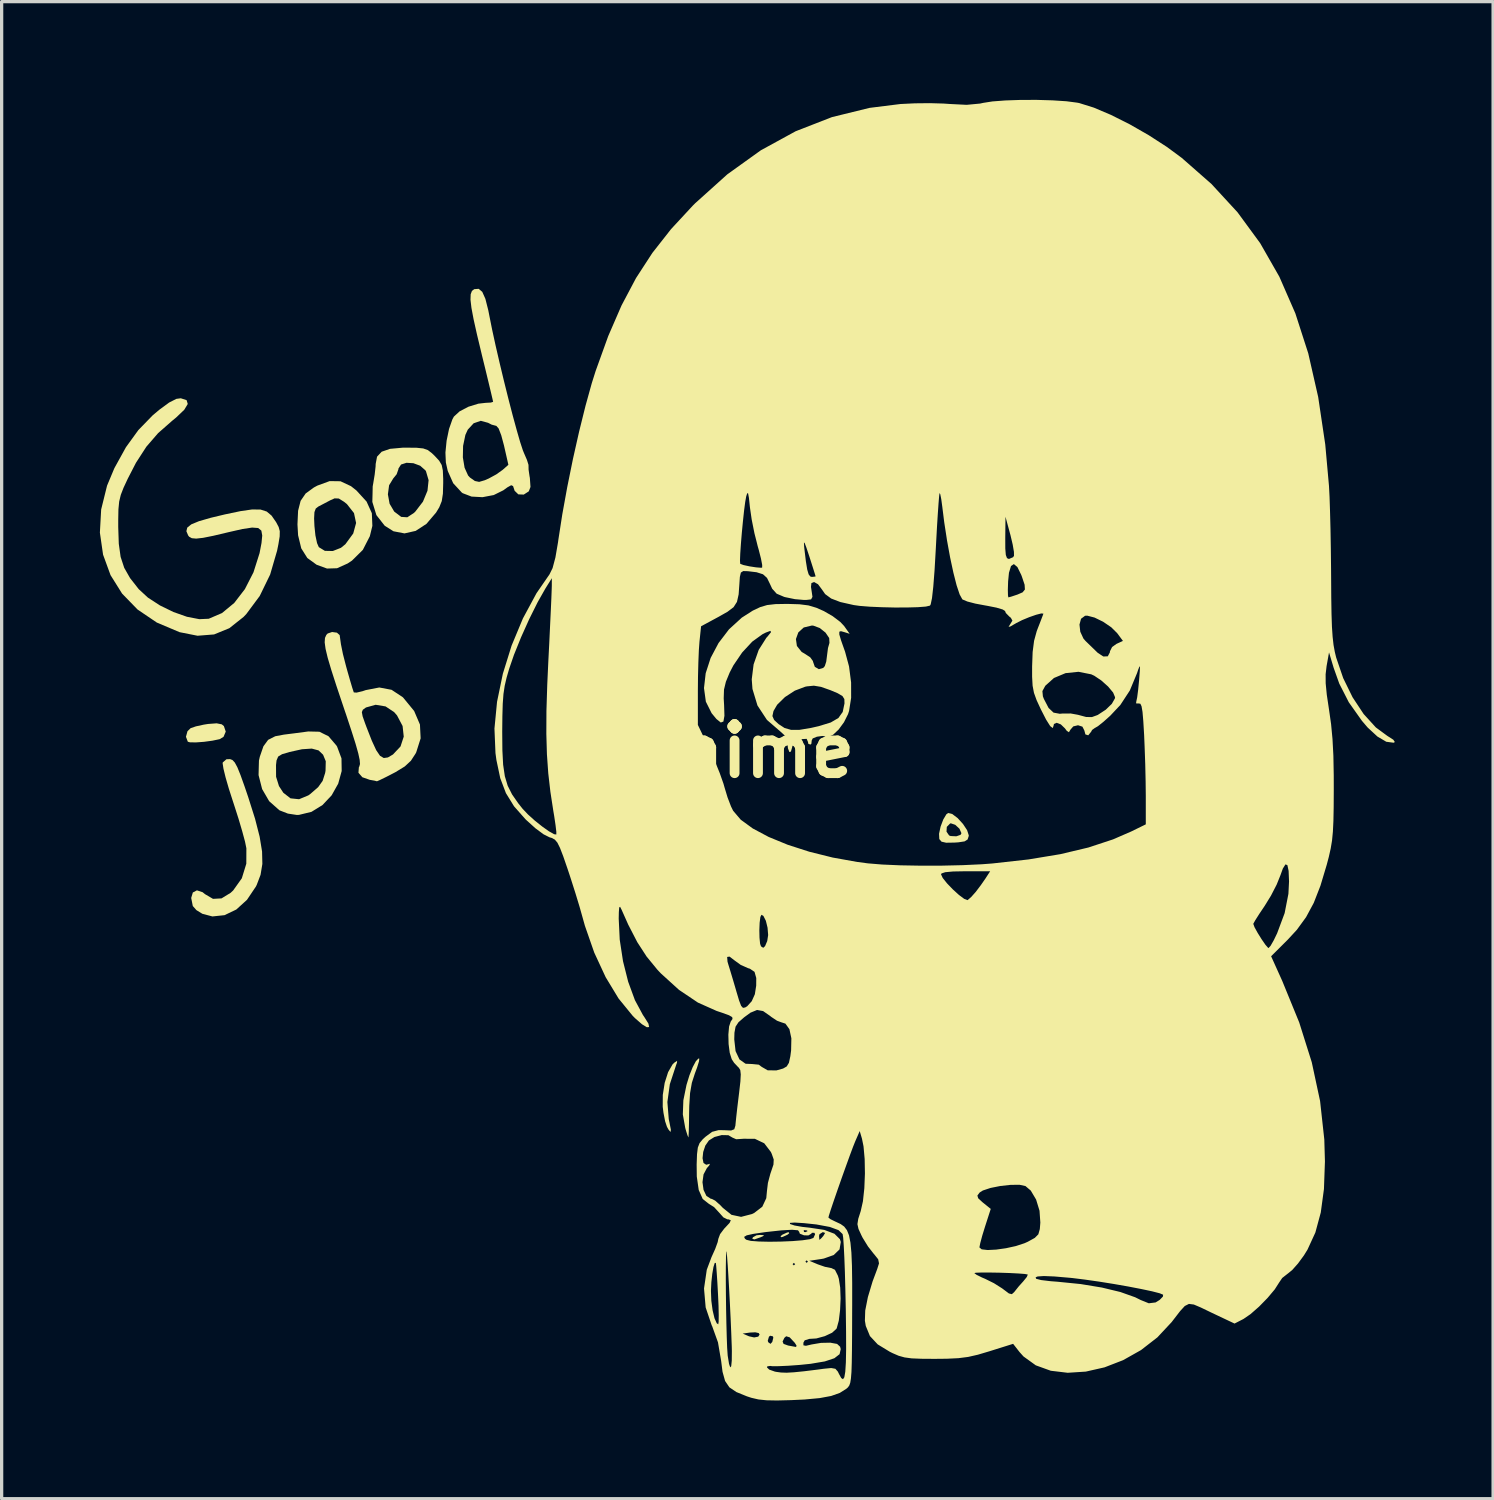
<source format=kicad_pcb>
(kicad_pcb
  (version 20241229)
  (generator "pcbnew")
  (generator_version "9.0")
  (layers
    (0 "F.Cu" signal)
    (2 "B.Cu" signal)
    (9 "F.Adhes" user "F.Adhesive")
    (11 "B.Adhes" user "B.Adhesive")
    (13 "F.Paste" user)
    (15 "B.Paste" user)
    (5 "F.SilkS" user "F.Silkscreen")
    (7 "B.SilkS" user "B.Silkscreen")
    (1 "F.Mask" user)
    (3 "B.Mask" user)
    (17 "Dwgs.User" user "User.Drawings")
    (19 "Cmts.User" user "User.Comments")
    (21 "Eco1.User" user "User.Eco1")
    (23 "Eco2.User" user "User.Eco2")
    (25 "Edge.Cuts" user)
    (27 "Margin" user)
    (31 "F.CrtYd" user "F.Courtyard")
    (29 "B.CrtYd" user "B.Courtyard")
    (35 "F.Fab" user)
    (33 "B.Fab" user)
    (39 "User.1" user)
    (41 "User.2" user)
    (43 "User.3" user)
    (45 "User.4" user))
  (footprint "anime"
    (layer "F.Cu")
    (at 19.666 19.88)
    (property "Reference" "anime" (at 0 0 0) (layer "F.SilkS") (effects (font (size 1.5 1.5) (thickness 0.3))))
    (attr board_only exclude_from_pos_files exclude_from_bom)
    (fp_poly (pts (xy 0.613 14.786) (xy 0.581 14.817) (xy 0.508 14.849) (xy 0.318 14.916) (xy 0.255 14.895) (xy 0.274 14.849) (xy 0.382 14.789) (xy 0.493 14.777)) (stroke (width 0) (type solid)) (fill yes) (layer "F.SilkS"))
    (fp_poly (pts (xy 1.382 14.728) (xy 1.329 14.771) (xy 1.186 14.837) (xy 1.133 14.847) (xy 1.119 14.815) (xy 1.172 14.771) (xy 1.315 14.705) (xy 1.368 14.695)) (stroke (width 0) (type solid)) (fill yes) (layer "F.SilkS"))
    (fp_poly (pts (xy -15.945 -0.813) (xy -15.88 -0.76) (xy -15.823 -0.591) (xy -15.89 -0.432) (xy -16.009 -0.36) (xy -16.229 -0.314) (xy -16.487 -0.279) (xy -16.734 -0.261) (xy -16.917 -0.264) (xy -16.981 -0.282) (xy -17.038 -0.433) (xy -16.991 -0.603) (xy -16.895 -0.696) (xy -16.734 -0.751) (xy -16.491 -0.804) (xy -16.364 -0.824) (xy -16.101 -0.844)) (stroke (width 0) (type solid)) (fill yes) (layer "F.SilkS"))
    (fp_poly (pts (xy -2.045 9.52) (xy -2.066 9.574) (xy -2.263 10.175) (xy -2.338 10.719) (xy -2.296 11.243) (xy -2.273 11.352) (xy -2.231 11.567) (xy -2.242 11.635) (xy -2.305 11.559) (xy -2.35 11.478) (xy -2.407 11.308) (xy -2.457 11.05) (xy -2.48 10.864) (xy -2.478 10.502) (xy -2.42 10.134) (xy -2.316 9.808) (xy -2.181 9.572) (xy -2.13 9.521) (xy -2.041 9.461)) (stroke (width 0) (type solid)) (fill yes) (layer "F.SilkS"))
    (fp_poly (pts (xy -1.363 9.396) (xy -1.373 9.479) (xy -1.43 9.663) (xy -1.5 9.852) (xy -1.591 10.134) (xy -1.645 10.445) (xy -1.67 10.837) (xy -1.674 11.039) (xy -1.678 11.363) (xy -1.684 11.618) (xy -1.692 11.772) (xy -1.696 11.801) (xy -1.725 11.734) (xy -1.777 11.568) (xy -1.793 11.508) (xy -1.866 11.098) (xy -1.85 10.667) (xy -1.754 10.196) (xy -1.665 9.906) (xy -1.564 9.653) (xy -1.466 9.47) (xy -1.388 9.39)) (stroke (width 0) (type solid)) (fill yes) (layer "F.SilkS"))
    (fp_poly (pts (xy 6.36 1.925) (xy 6.525 2.05) (xy 6.688 2.229) (xy 6.814 2.419) (xy 6.865 2.578) (xy 6.864 2.597) (xy 6.829 2.703) (xy 6.737 2.761) (xy 6.548 2.79) (xy 6.427 2.798) (xy 6.173 2.802) (xy 6.033 2.77) (xy 5.967 2.693) (xy 5.965 2.688) (xy 5.957 2.53) (xy 5.971 2.465) (xy 6.185 2.465) (xy 6.264 2.579) (xy 6.311 2.598) (xy 6.486 2.606) (xy 6.614 2.561) (xy 6.641 2.512) (xy 6.58 2.374) (xy 6.451 2.255) (xy 6.319 2.21) (xy 6.295 2.215) (xy 6.194 2.318) (xy 6.185 2.465) (xy 5.971 2.465) (xy 6.004 2.311) (xy 6.086 2.093) (xy 6.181 1.934) (xy 6.234 1.894)) (stroke (width 0) (type solid)) (fill yes) (layer "F.SilkS"))
    (fp_poly (pts (xy -15.618 0.277) (xy -15.547 0.353) (xy -15.468 0.499) (xy -15.372 0.736) (xy -15.247 1.086) (xy -15.138 1.407) (xy -14.928 2.07) (xy -14.788 2.617) (xy -14.714 3.07) (xy -14.705 3.45) (xy -14.76 3.782) (xy -14.876 4.087) (xy -14.901 4.138) (xy -15.175 4.546) (xy -15.501 4.842) (xy -15.86 5.014) (xy -16.23 5.053) (xy -16.537 4.972) (xy -16.719 4.86) (xy -16.828 4.736) (xy -16.83 4.731) (xy -16.878 4.488) (xy -16.828 4.322) (xy -16.703 4.256) (xy -16.53 4.313) (xy -16.454 4.374) (xy -16.212 4.516) (xy -15.952 4.502) (xy -15.676 4.333) (xy -15.597 4.26) (xy -15.332 3.888) (xy -15.195 3.443) (xy -15.193 2.971) (xy -15.235 2.767) (xy -15.319 2.455) (xy -15.432 2.072) (xy -15.565 1.657) (xy -15.601 1.547) (xy -15.727 1.156) (xy -15.827 0.811) (xy -15.893 0.541) (xy -15.918 0.378) (xy -15.914 0.35) (xy -15.803 0.254) (xy -15.692 0.249)) (stroke (width 0) (type solid)) (fill yes) (layer "F.SilkS"))
    (fp_poly (pts (xy -12.319 -8.235) (xy -11.999 -8.085) (xy -11.835 -7.956) (xy -11.523 -7.615) (xy -11.362 -7.26) (xy -11.346 -6.873) (xy -11.423 -6.557) (xy -11.637 -6.14) (xy -11.969 -5.812) (xy -12.1 -5.725) (xy -12.425 -5.579) (xy -12.731 -5.57) (xy -13.049 -5.686) (xy -13.332 -5.892) (xy -13.517 -6.186) (xy -13.614 -6.585) (xy -13.633 -6.917) (xy -13.625 -7.099) (xy -13.125 -7.099) (xy -13.115 -6.868) (xy -13.085 -6.581) (xy -13.035 -6.346) (xy -12.981 -6.223) (xy -12.796 -6.11) (xy -12.554 -6.105) (xy -12.305 -6.203) (xy -12.17 -6.313) (xy -11.93 -6.641) (xy -11.843 -6.961) (xy -11.907 -7.263) (xy -12.123 -7.538) (xy -12.209 -7.607) (xy -12.371 -7.708) (xy -12.499 -7.713) (xy -12.633 -7.653) (xy -12.84 -7.544) (xy -12.994 -7.464) (xy -13.075 -7.401) (xy -13.115 -7.292) (xy -13.125 -7.099) (xy -13.625 -7.099) (xy -13.614 -7.335) (xy -13.537 -7.637) (xy -13.383 -7.862) (xy -13.133 -8.044) (xy -13.024 -8.103) (xy -12.65 -8.24)) (stroke (width 0) (type solid)) (fill yes) (layer "F.SilkS"))
    (fp_poly (pts (xy -12.964 -0.587) (xy -12.685 -0.449) (xy -12.445 -0.168) (xy -12.423 -0.133) (xy -12.289 0.226) (xy -12.283 0.613) (xy -12.389 0.998) (xy -12.589 1.354) (xy -12.867 1.65) (xy -13.205 1.859) (xy -13.587 1.952) (xy -13.654 1.954) (xy -13.924 1.913) (xy -14.176 1.815) (xy -14.188 1.808) (xy -14.497 1.534) (xy -14.712 1.164) (xy -14.821 0.737) (xy -14.813 0.431) (xy -14.288 0.431) (xy -14.286 0.789) (xy -14.198 1.072) (xy -14.064 1.277) (xy -13.845 1.447) (xy -13.584 1.474) (xy -13.3 1.356) (xy -13.238 1.311) (xy -13.001 1.105) (xy -12.864 0.912) (xy -12.788 0.672) (xy -12.776 0.603) (xy -12.769 0.314) (xy -12.851 0.115) (xy -12.989 -0.017) (xy -13.196 -0.072) (xy -13.496 -0.052) (xy -13.872 0.031) (xy -14.103 0.099) (xy -14.222 0.171) (xy -14.272 0.289) (xy -14.288 0.431) (xy -14.813 0.431) (xy -14.809 0.294) (xy -14.783 0.177) (xy -14.673 -0.142) (xy -14.529 -0.339) (xy -14.312 -0.449) (xy -14.045 -0.499) (xy -13.727 -0.539) (xy -13.409 -0.581) (xy -13.305 -0.595)) (stroke (width 0) (type solid)) (fill yes) (layer "F.SilkS"))
    (fp_poly (pts (xy -9.997 -9.258) (xy -9.793 -9.237) (xy -9.652 -9.187) (xy -9.528 -9.092) (xy -9.439 -9.006) (xy -9.306 -8.862) (xy -9.229 -8.731) (xy -9.194 -8.563) (xy -9.183 -8.306) (xy -9.183 -8.179) (xy -9.192 -7.856) (xy -9.227 -7.63) (xy -9.303 -7.44) (xy -9.401 -7.279) (xy -9.695 -6.934) (xy -10.023 -6.72) (xy -10.365 -6.643) (xy -10.702 -6.708) (xy -10.969 -6.877) (xy -11.223 -7.201) (xy -11.347 -7.604) (xy -11.341 -7.835) (xy -10.872 -7.835) (xy -10.82 -7.549) (xy -10.681 -7.313) (xy -10.672 -7.304) (xy -10.465 -7.147) (xy -10.279 -7.135) (xy -10.077 -7.268) (xy -10.035 -7.308) (xy -9.801 -7.613) (xy -9.663 -7.946) (xy -9.629 -8.268) (xy -9.709 -8.541) (xy -9.727 -8.569) (xy -9.886 -8.709) (xy -10.093 -8.786) (xy -10.303 -8.799) (xy -10.47 -8.746) (xy -10.549 -8.625) (xy -10.551 -8.601) (xy -10.605 -8.448) (xy -10.707 -8.323) (xy -10.835 -8.113) (xy -10.872 -7.835) (xy -11.341 -7.835) (xy -11.336 -8.078) (xy -11.32 -8.167) (xy -11.275 -8.441) (xy -11.248 -8.684) (xy -11.245 -8.764) (xy -11.203 -8.986) (xy -11.062 -9.137) (xy -10.807 -9.225) (xy -10.422 -9.26) (xy -10.31 -9.261)) (stroke (width 0) (type solid)) (fill yes) (layer "F.SilkS"))
    (fp_poly (pts (xy -12.428 -3.612) (xy -12.345 -3.538) (xy -12.343 -3.528) (xy -12.305 -3.255) (xy -12.245 -2.96) (xy -12.15 -2.59) (xy -12.111 -2.449) (xy -12.028 -2.159) (xy -11.96 -1.929) (xy -11.917 -1.8) (xy -11.911 -1.787) (xy -11.827 -1.782) (xy -11.649 -1.824) (xy -11.548 -1.858) (xy -11.134 -1.938) (xy -10.759 -1.867) (xy -10.423 -1.645) (xy -10.402 -1.625) (xy -10.07 -1.22) (xy -9.893 -0.806) (xy -9.872 -0.385) (xy -10.007 0.042) (xy -10.028 0.082) (xy -10.17 0.3) (xy -10.358 0.474) (xy -10.639 0.646) (xy -10.704 0.68) (xy -10.947 0.805) (xy -11.126 0.892) (xy -11.206 0.926) (xy -11.207 0.926) (xy -11.28 0.907) (xy -11.424 0.882) (xy -11.653 0.802) (xy -11.771 0.665) (xy -11.758 0.497) (xy -11.744 0.473) (xy -11.724 0.399) (xy -11.734 0.271) (xy -11.777 0.071) (xy -11.858 -0.217) (xy -11.983 -0.611) (xy -12.154 -1.128) (xy -12.174 -1.185) (xy -11.667 -1.185) (xy -11.644 -1.059) (xy -11.567 -0.84) (xy -11.529 -0.738) (xy -11.363 -0.314) (xy -11.229 -0.024) (xy -11.113 0.147) (xy -10.998 0.216) (xy -10.871 0.198) (xy -10.716 0.107) (xy -10.486 -0.138) (xy -10.388 -0.437) (xy -10.423 -0.762) (xy -10.592 -1.083) (xy -10.681 -1.186) (xy -10.943 -1.36) (xy -11.246 -1.41) (xy -11.537 -1.329) (xy -11.562 -1.314) (xy -11.638 -1.257) (xy -11.667 -1.185) (xy -12.174 -1.185) (xy -12.237 -1.372) (xy -12.443 -1.986) (xy -12.599 -2.47) (xy -12.709 -2.841) (xy -12.775 -3.117) (xy -12.802 -3.315) (xy -12.793 -3.451) (xy -12.752 -3.543) (xy -12.71 -3.587) (xy -12.576 -3.632)) (stroke (width 0) (type solid)) (fill yes) (layer "F.SilkS"))
    (fp_poly (pts (xy -17.018 -10.711) (xy -16.983 -10.595) (xy -17.089 -10.419) (xy -17.338 -10.181) (xy -17.459 -10.082) (xy -17.889 -9.704) (xy -18.246 -9.291) (xy -18.564 -8.8) (xy -18.814 -8.315) (xy -18.944 -8.036) (xy -19.028 -7.819) (xy -19.077 -7.615) (xy -19.1 -7.377) (xy -19.106 -7.055) (xy -19.106 -6.838) (xy -19.089 -6.327) (xy -19.033 -5.926) (xy -18.923 -5.592) (xy -18.745 -5.279) (xy -18.484 -4.946) (xy -18.479 -4.94) (xy -18.198 -4.681) (xy -17.831 -4.443) (xy -17.421 -4.243) (xy -17.007 -4.097) (xy -16.629 -4.024) (xy -16.342 -4.037) (xy -15.937 -4.211) (xy -15.564 -4.519) (xy -15.239 -4.941) (xy -14.976 -5.455) (xy -14.79 -6.041) (xy -14.731 -6.351) (xy -14.709 -6.578) (xy -14.736 -6.728) (xy -14.832 -6.807) (xy -15.017 -6.821) (xy -15.312 -6.777) (xy -15.734 -6.681) (xy -15.759 -6.675) (xy -16.199 -6.571) (xy -16.513 -6.508) (xy -16.725 -6.484) (xy -16.859 -6.496) (xy -16.941 -6.542) (xy -16.971 -6.581) (xy -17.025 -6.71) (xy -16.998 -6.82) (xy -16.875 -6.919) (xy -16.64 -7.016) (xy -16.279 -7.12) (xy -15.848 -7.223) (xy -15.371 -7.323) (xy -15.018 -7.374) (xy -14.76 -7.371) (xy -14.571 -7.31) (xy -14.424 -7.186) (xy -14.292 -6.996) (xy -14.279 -6.975) (xy -14.207 -6.838) (xy -14.173 -6.712) (xy -14.176 -6.553) (xy -14.215 -6.313) (xy -14.255 -6.115) (xy -14.467 -5.387) (xy -14.785 -4.733) (xy -15.194 -4.182) (xy -15.281 -4.091) (xy -15.714 -3.748) (xy -16.179 -3.558) (xy -16.684 -3.518) (xy -17.233 -3.627) (xy -17.928 -3.921) (xy -18.515 -4.318) (xy -18.988 -4.805) (xy -19.341 -5.369) (xy -19.569 -5.994) (xy -19.666 -6.667) (xy -19.627 -7.374) (xy -19.447 -8.101) (xy -19.223 -8.636) (xy -18.87 -9.275) (xy -18.491 -9.798) (xy -18.057 -10.245) (xy -17.856 -10.415) (xy -17.553 -10.638) (xy -17.331 -10.751) (xy -17.195 -10.769)) (stroke (width 0) (type solid)) (fill yes) (layer "F.SilkS"))
    (fp_poly (pts (xy -7.99 -14.018) (xy -7.895 -13.805) (xy -7.807 -13.458) (xy -7.773 -13.285) (xy -7.69 -12.869) (xy -7.584 -12.383) (xy -7.461 -11.851) (xy -7.329 -11.301) (xy -7.194 -10.759) (xy -7.062 -10.249) (xy -6.939 -9.799) (xy -6.834 -9.434) (xy -6.751 -9.181) (xy -6.716 -9.095) (xy -6.626 -8.887) (xy -6.579 -8.737) (xy -6.578 -8.703) (xy -6.576 -8.589) (xy -6.547 -8.39) (xy -6.537 -8.337) (xy -6.518 -8.061) (xy -6.57 -7.927) (xy -6.724 -7.828) (xy -6.889 -7.835) (xy -7.002 -7.944) (xy -7.011 -7.972) (xy -7.05 -8.088) (xy -7.107 -8.114) (xy -7.225 -8.048) (xy -7.347 -7.959) (xy -7.64 -7.814) (xy -7.982 -7.749) (xy -8.317 -7.767) (xy -8.589 -7.871) (xy -8.618 -7.893) (xy -8.878 -8.175) (xy -9.044 -8.549) (xy -9.102 -8.808) (xy -9.109 -8.964) (xy -8.583 -8.964) (xy -8.53 -8.647) (xy -8.423 -8.411) (xy -8.366 -8.349) (xy -8.215 -8.243) (xy -8.086 -8.216) (xy -7.915 -8.266) (xy -7.793 -8.319) (xy -7.562 -8.445) (xy -7.367 -8.584) (xy -7.193 -8.737) (xy -7.328 -9.331) (xy -7.411 -9.64) (xy -7.491 -9.847) (xy -7.56 -9.925) (xy -7.562 -9.926) (xy -7.704 -9.964) (xy -7.813 -10.02) (xy -8.036 -10.081) (xy -8.254 -10.005) (xy -8.433 -9.81) (xy -8.506 -9.65) (xy -8.576 -9.314) (xy -8.583 -8.964) (xy -9.109 -8.964) (xy -9.115 -9.111) (xy -9.079 -9.474) (xy -9.005 -9.832) (xy -8.903 -10.124) (xy -8.857 -10.209) (xy -8.683 -10.369) (xy -8.414 -10.51) (xy -8.11 -10.604) (xy -7.892 -10.629) (xy -7.728 -10.638) (xy -7.659 -10.66) (xy -7.659 -10.66) (xy -7.677 -10.742) (xy -7.726 -10.952) (xy -7.801 -11.265) (xy -7.896 -11.658) (xy -8.006 -12.107) (xy -8.01 -12.125) (xy -8.153 -12.722) (xy -8.256 -13.185) (xy -8.321 -13.531) (xy -8.35 -13.779) (xy -8.344 -13.945) (xy -8.306 -14.046) (xy -8.238 -14.099) (xy -8.231 -14.101) (xy -8.099 -14.111)) (stroke (width 0) (type solid)) (fill yes) (layer "F.SilkS"))
    (fp_poly (pts (xy 1.329 -4.49) (xy 1.696 -4.479) (xy 1.969 -4.444) (xy 2.209 -4.373) (xy 2.44 -4.271) (xy 2.71 -4.115) (xy 2.943 -3.938) (xy 3.058 -3.816) (xy 3.228 -3.577) (xy 3.06 -3.63) (xy 2.961 -3.657) (xy 2.912 -3.641) (xy 2.912 -3.558) (xy 2.963 -3.383) (xy 3.066 -3.091) (xy 3.087 -3.033) (xy 3.209 -2.58) (xy 3.272 -2.091) (xy 3.273 -1.621) (xy 3.21 -1.222) (xy 3.179 -1.126) (xy 3.054 -0.876) (xy 2.891 -0.654) (xy 2.722 -0.495) (xy 2.579 -0.433) (xy 2.545 -0.439) (xy 2.396 -0.458) (xy 2.228 -0.435) (xy 2.1 -0.383) (xy 2.068 -0.318) (xy 2.069 -0.316) (xy 2.058 -0.217) (xy 2.033 -0.196) (xy 1.967 -0.215) (xy 1.954 -0.278) (xy 1.915 -0.37) (xy 1.778 -0.362) (xy 1.618 -0.324) (xy 1.549 -0.314) (xy 1.501 -0.246) (xy 1.471 -0.11) (xy 1.434 0.019) (xy 1.387 0.034) (xy 1.343 -0.083) (xy 1.329 -0.238) (xy 1.259 -0.46) (xy 1.119 -0.588) (xy 0.703 -0.947) (xy 0.625 -1.065) (xy 0.869 -1.065) (xy 0.922 -0.945) (xy 1.058 -0.82) (xy 1.24 -0.701) (xy 1.442 -0.643) (xy 1.7 -0.645) (xy 2.05 -0.704) (xy 2.283 -0.757) (xy 2.649 -0.869) (xy 2.884 -1.006) (xy 3.016 -1.192) (xy 3.07 -1.451) (xy 3.07 -1.454) (xy 3.066 -1.584) (xy 3.008 -1.676) (xy 2.863 -1.762) (xy 2.64 -1.856) (xy 2.353 -1.957) (xy 2.136 -1.993) (xy 1.922 -1.972) (xy 1.869 -1.961) (xy 1.553 -1.841) (xy 1.252 -1.645) (xy 1.014 -1.411) (xy 0.902 -1.219) (xy 0.869 -1.065) (xy 0.625 -1.065) (xy 0.413 -1.388) (xy 0.26 -1.893) (xy 0.238 -2.188) (xy 0.295 -2.644) (xy 0.451 -3.087) (xy 0.66 -3.417) (xy 1.587 -3.417) (xy 1.617 -3.205) (xy 1.762 -3.024) (xy 1.854 -2.97) (xy 2.023 -2.86) (xy 2.107 -2.744) (xy 2.108 -2.729) (xy 2.164 -2.569) (xy 2.287 -2.497) (xy 2.422 -2.536) (xy 2.469 -2.591) (xy 2.513 -2.729) (xy 2.538 -2.923) (xy 2.566 -3.142) (xy 2.611 -3.299) (xy 2.603 -3.448) (xy 2.491 -3.613) (xy 2.316 -3.753) (xy 2.12 -3.826) (xy 2.075 -3.83) (xy 1.826 -3.77) (xy 1.66 -3.619) (xy 1.587 -3.417) (xy 0.66 -3.417) (xy 0.683 -3.454) (xy 0.722 -3.497) (xy 0.827 -3.628) (xy 0.808 -3.667) (xy 0.665 -3.614) (xy 0.563 -3.562) (xy 0.253 -3.338) (xy -0.055 -3.006) (xy -0.323 -2.612) (xy -0.436 -2.394) (xy -0.552 -2.112) (xy -0.609 -1.875) (xy -0.618 -1.606) (xy -0.606 -1.398) (xy -0.596 -1.074) (xy -0.627 -0.899) (xy -0.707 -0.868) (xy -0.841 -0.976) (xy -0.987 -1.153) (xy -1.163 -1.505) (xy -1.22 -1.92) (xy -1.168 -2.374) (xy -1.017 -2.84) (xy -0.776 -3.295) (xy -0.457 -3.713) (xy -0.068 -4.069) (xy 0.27 -4.285) (xy 0.496 -4.392) (xy 0.708 -4.455) (xy 0.962 -4.484) (xy 1.313 -4.49)) (stroke (width 0) (type solid)) (fill yes) (layer "F.SilkS"))
    (fp_poly (pts (xy 9.423 -19.866) (xy 9.849 -19.838) (xy 10.177 -19.795) (xy 10.238 -19.783) (xy 10.683 -19.644) (xy 11.208 -19.421) (xy 11.78 -19.134) (xy 12.361 -18.801) (xy 12.915 -18.443) (xy 13.369 -18.108) (xy 14.275 -17.312) (xy 15.071 -16.448) (xy 15.761 -15.507) (xy 16.348 -14.481) (xy 16.837 -13.361) (xy 17.231 -12.14) (xy 17.534 -10.808) (xy 17.75 -9.358) (xy 17.864 -8.089) (xy 17.881 -7.757) (xy 17.896 -7.304) (xy 17.91 -6.767) (xy 17.92 -6.181) (xy 17.927 -5.582) (xy 17.929 -5.314) (xy 17.933 -4.683) (xy 17.941 -4.183) (xy 17.954 -3.791) (xy 17.975 -3.483) (xy 18.003 -3.235) (xy 18.042 -3.023) (xy 18.083 -2.853) (xy 18.298 -2.223) (xy 18.584 -1.639) (xy 18.922 -1.128) (xy 19.295 -0.718) (xy 19.64 -0.464) (xy 19.828 -0.343) (xy 19.875 -0.272) (xy 19.837 -0.251) (xy 19.613 -0.281) (xy 19.343 -0.44) (xy 19.045 -0.715) (xy 18.869 -0.921) (xy 18.469 -1.486) (xy 18.178 -2.056) (xy 18.005 -2.543) (xy 17.865 -3.009) (xy 17.79 -2.588) (xy 17.761 -2.341) (xy 17.763 -2.064) (xy 17.797 -1.715) (xy 17.865 -1.26) (xy 17.928 -0.819) (xy 17.971 -0.364) (xy 17.998 0.145) (xy 18.009 0.747) (xy 18.01 1.172) (xy 18.007 1.715) (xy 17.999 2.134) (xy 17.983 2.463) (xy 17.957 2.734) (xy 17.916 2.98) (xy 17.859 3.233) (xy 17.796 3.472) (xy 17.603 4.115) (xy 17.399 4.638) (xy 17.164 5.075) (xy 16.882 5.462) (xy 16.608 5.759) (xy 16.097 6.269) (xy 16.437 7.023) (xy 16.955 8.29) (xy 17.338 9.505) (xy 17.592 10.69) (xy 17.721 11.865) (xy 17.74 12.534) (xy 17.71 13.376) (xy 17.613 14.093) (xy 17.448 14.704) (xy 17.208 15.226) (xy 17.098 15.404) (xy 16.917 15.651) (xy 16.741 15.849) (xy 16.609 15.957) (xy 16.605 15.959) (xy 16.436 16.092) (xy 16.343 16.229) (xy 16.208 16.44) (xy 15.989 16.701) (xy 15.729 16.967) (xy 15.468 17.196) (xy 15.251 17.345) (xy 15.249 17.346) (xy 14.98 17.484) (xy 14.27 17.148) (xy 13.951 16.994) (xy 13.737 16.903) (xy 13.587 16.884) (xy 13.461 16.948) (xy 13.318 17.104) (xy 13.119 17.362) (xy 13.059 17.44) (xy 12.624 17.906) (xy 12.124 18.294) (xy 11.579 18.601) (xy 11.011 18.821) (xy 10.439 18.951) (xy 9.885 18.987) (xy 9.369 18.925) (xy 8.912 18.76) (xy 8.536 18.489) (xy 8.415 18.354) (xy 8.219 18.103) (xy 7.49 18.332) (xy 7.14 18.436) (xy 6.845 18.503) (xy 6.549 18.541) (xy 6.198 18.558) (xy 5.822 18.562) (xy 5.414 18.559) (xy 5.121 18.547) (xy 4.905 18.518) (xy 4.725 18.468) (xy 4.542 18.389) (xy 4.455 18.346) (xy 4.084 18.12) (xy 3.847 17.866) (xy 3.72 17.557) (xy 3.693 17.396) (xy 3.703 17.087) (xy 3.784 16.677) (xy 3.928 16.197) (xy 4.023 15.943) (xy 7.034 15.943) (xy 7.1 15.994) (xy 7.265 16.076) (xy 7.366 16.119) (xy 7.634 16.252) (xy 7.884 16.41) (xy 7.933 16.447) (xy 8.09 16.565) (xy 8.18 16.587) (xy 8.253 16.522) (xy 8.265 16.506) (xy 8.39 16.35) (xy 8.529 16.195) (xy 8.629 16.072) (xy 8.906 16.072) (xy 8.922 16.117) (xy 9.073 16.156) (xy 9.367 16.191) (xy 9.575 16.207) (xy 10.282 16.278) (xy 10.931 16.385) (xy 11.495 16.521) (xy 11.945 16.681) (xy 12.114 16.765) (xy 12.362 16.865) (xy 12.569 16.839) (xy 12.694 16.762) (xy 12.793 16.66) (xy 12.799 16.603) (xy 12.693 16.559) (xy 12.46 16.499) (xy 12.13 16.429) (xy 11.731 16.352) (xy 11.291 16.275) (xy 10.841 16.203) (xy 10.407 16.141) (xy 10.019 16.093) (xy 9.945 16.086) (xy 9.48 16.046) (xy 9.158 16.033) (xy 8.967 16.046) (xy 8.906 16.072) (xy 8.629 16.072) (xy 8.636 16.063) (xy 8.667 15.989) (xy 8.666 15.987) (xy 8.579 15.97) (xy 8.38 15.955) (xy 8.108 15.941) (xy 7.803 15.931) (xy 7.504 15.926) (xy 7.25 15.926) (xy 7.081 15.932) (xy 7.034 15.943) (xy 4.023 15.943) (xy 4.07 15.817) (xy 4.124 15.647) (xy 4.099 15.522) (xy 3.977 15.369) (xy 3.958 15.348) (xy 3.788 15.13) (xy 3.624 14.864) (xy 3.587 14.791) (xy 3.497 14.594) (xy 3.465 14.448) (xy 3.49 14.287) (xy 3.566 14.049) (xy 3.633 13.751) (xy 3.652 13.575) (xy 7.128 13.575) (xy 7.152 13.658) (xy 7.284 13.78) (xy 7.304 13.796) (xy 7.536 13.983) (xy 7.363 14.519) (xy 7.277 14.798) (xy 7.216 15.026) (xy 7.19 15.156) (xy 7.19 15.159) (xy 7.259 15.218) (xy 7.442 15.239) (xy 7.701 15.226) (xy 8 15.184) (xy 8.301 15.118) (xy 8.567 15.031) (xy 8.669 14.985) (xy 8.881 14.868) (xy 8.989 14.759) (xy 9.034 14.6) (xy 9.05 14.4) (xy 9.025 14.039) (xy 8.921 13.698) (xy 8.758 13.424) (xy 8.595 13.285) (xy 8.416 13.247) (xy 8.144 13.249) (xy 7.831 13.283) (xy 7.53 13.343) (xy 7.295 13.421) (xy 7.198 13.482) (xy 7.128 13.575) (xy 3.652 13.575) (xy 3.676 13.352) (xy 3.694 12.904) (xy 3.686 12.459) (xy 3.651 12.072) (xy 3.604 11.84) (xy 3.535 11.606) (xy 3.399 11.918) (xy 3.334 12.08) (xy 3.237 12.34) (xy 3.119 12.666) (xy 2.99 13.026) (xy 2.862 13.39) (xy 2.746 13.726) (xy 2.653 14.002) (xy 2.594 14.187) (xy 2.579 14.248) (xy 2.643 14.298) (xy 2.799 14.374) (xy 2.817 14.382) (xy 2.953 14.446) (xy 3.061 14.523) (xy 3.145 14.633) (xy 3.208 14.79) (xy 3.252 15.013) (xy 3.281 15.318) (xy 3.298 15.722) (xy 3.305 16.243) (xy 3.305 16.897) (xy 3.304 17.152) (xy 3.302 17.793) (xy 3.298 18.296) (xy 3.292 18.679) (xy 3.283 18.961) (xy 3.267 19.158) (xy 3.246 19.291) (xy 3.216 19.375) (xy 3.176 19.431) (xy 3.127 19.475) (xy 2.926 19.602) (xy 2.663 19.695) (xy 2.313 19.76) (xy 1.851 19.803) (xy 1.446 19.822) (xy 1.01 19.833) (xy 0.689 19.827) (xy 0.442 19.801) (xy 0.227 19.751) (xy 0.09 19.706) (xy -0.232 19.575) (xy -0.445 19.431) (xy -0.576 19.237) (xy -0.654 18.956) (xy -0.671 18.823) (xy 0.703 18.823) (xy 0.772 18.89) (xy 0.941 18.95) (xy 0.985 18.959) (xy 1.132 18.979) (xy 1.303 18.985) (xy 1.527 18.972) (xy 1.835 18.941) (xy 2.256 18.889) (xy 2.439 18.864) (xy 2.666 18.842) (xy 2.792 18.865) (xy 2.867 18.951) (xy 2.902 19.023) (xy 2.97 19.147) (xy 3.024 19.184) (xy 3.065 19.124) (xy 3.094 18.956) (xy 3.112 18.672) (xy 3.12 18.261) (xy 3.118 17.714) (xy 3.109 17.021) (xy 3.108 16.985) (xy 3.096 16.422) (xy 3.082 15.906) (xy 3.065 15.459) (xy 3.047 15.103) (xy 3.03 14.86) (xy 3.013 14.752) (xy 2.887 14.631) (xy 2.622 14.534) (xy 2.212 14.458) (xy 1.837 14.418) (xy 1.548 14.4) (xy 1.404 14.41) (xy 1.407 14.444) (xy 1.545 14.49) (xy 1.781 14.532) (xy 2.001 14.556) (xy 2.452 14.624) (xy 2.763 14.742) (xy 2.93 14.908) (xy 2.957 14.993) (xy 2.919 15.219) (xy 2.742 15.391) (xy 2.439 15.499) (xy 2.361 15.513) (xy 1.997 15.567) (xy 2.258 15.677) (xy 2.475 15.752) (xy 2.652 15.787) (xy 2.663 15.787) (xy 2.778 15.842) (xy 2.868 16.021) (xy 2.898 16.119) (xy 2.939 16.384) (xy 2.951 16.722) (xy 2.935 17.077) (xy 2.896 17.396) (xy 2.834 17.622) (xy 2.823 17.645) (xy 2.692 17.764) (xy 2.468 17.869) (xy 2.21 17.939) (xy 1.996 17.952) (xy 1.855 17.996) (xy 1.815 18.068) (xy 1.816 18.149) (xy 1.893 18.163) (xy 2.069 18.122) (xy 2.353 18.074) (xy 2.64 18.068) (xy 2.641 18.069) (xy 2.844 18.106) (xy 2.936 18.191) (xy 2.955 18.264) (xy 2.92 18.419) (xy 2.761 18.543) (xy 2.469 18.64) (xy 2.036 18.713) (xy 1.703 18.747) (xy 1.358 18.772) (xy 1.066 18.785) (xy 0.866 18.786) (xy 0.801 18.778) (xy 0.713 18.791) (xy 0.703 18.823) (xy -0.671 18.823) (xy -0.696 18.625) (xy -0.793 18.058) (xy -0.967 17.574) (xy -0.985 17.536) (xy -1.169 16.992) (xy -1.213 16.485) (xy -1.008 16.485) (xy -0.996 16.788) (xy -0.957 17.08) (xy -0.899 17.323) (xy -0.831 17.475) (xy -0.785 17.507) (xy -0.773 17.434) (xy -0.77 17.235) (xy -0.776 16.942) (xy -0.792 16.588) (xy -0.812 16.226) (xy -0.818 16.135) (xy -0.554 16.135) (xy -0.551 16.576) (xy -0.545 17.039) (xy -0.536 17.491) (xy -0.525 17.897) (xy -0.513 18.224) (xy -0.498 18.438) (xy -0.496 18.464) (xy -0.455 18.717) (xy -0.418 18.822) (xy -0.389 18.786) (xy -0.372 18.618) (xy -0.369 18.325) (xy -0.372 18.19) (xy -0.379 18.01) (xy 0.727 18.01) (xy 0.743 18.055) (xy 0.811 18.104) (xy 0.864 18.046) (xy 0.868 18.033) (xy 1.18 18.033) (xy 1.21 18.105) (xy 1.349 18.155) (xy 1.592 18.199) (xy 1.606 18.158) (xy 1.553 18.073) (xy 1.397 17.905) (xy 1.289 17.872) (xy 1.234 17.921) (xy 1.18 18.033) (xy 0.868 18.033) (xy 0.897 17.915) (xy 0.885 17.875) (xy 0.803 17.856) (xy 0.764 17.884) (xy 0.727 18.01) (xy -0.379 18.01) (xy -0.387 17.79) (xy -0.039 17.79) (xy 0.156 17.874) (xy 0.312 17.908) (xy 0.436 17.884) (xy 0.478 17.82) (xy 0.451 17.775) (xy 0.348 17.751) (xy 0.183 17.759) (xy -0.039 17.79) (xy -0.387 17.79) (xy -0.387 17.786) (xy -0.406 17.346) (xy -0.428 16.895) (xy -0.451 16.455) (xy -0.474 16.051) (xy -0.495 15.708) (xy -0.498 15.67) (xy 1.485 15.67) (xy 1.524 15.709) (xy 1.563 15.67) (xy 1.524 15.631) (xy 1.485 15.67) (xy -0.498 15.67) (xy -0.504 15.592) (xy 1.876 15.592) (xy 1.915 15.631) (xy 1.954 15.592) (xy 1.915 15.553) (xy 1.876 15.592) (xy -0.504 15.592) (xy -0.514 15.449) (xy -0.529 15.298) (xy -0.539 15.279) (xy -0.548 15.453) (xy -0.553 15.75) (xy -0.554 16.135) (xy -0.818 16.135) (xy -0.832 15.924) (xy -0.848 15.715) (xy -0.858 15.631) (xy -0.892 15.634) (xy -0.931 15.758) (xy -0.967 15.966) (xy -0.995 16.222) (xy -1.008 16.485) (xy -1.213 16.485) (xy -1.219 16.412) (xy -1.135 15.841) (xy -0.991 15.457) (xy -0.878 15.206) (xy -0.802 14.997) (xy -0.782 14.897) (xy -0.76 14.838) (xy 0.005 14.838) (xy 0.032 14.895) (xy 0.077 14.927) (xy 0.211 14.96) (xy 0.457 14.979) (xy 0.777 14.986) (xy 1.131 14.981) (xy 1.482 14.966) (xy 1.789 14.941) (xy 2.016 14.908) (xy 2.121 14.87) (xy 2.149 14.81) (xy 2.293 14.81) (xy 2.301 14.914) (xy 2.309 14.927) (xy 2.365 14.876) (xy 2.423 14.81) (xy 2.479 14.717) (xy 2.413 14.693) (xy 2.406 14.693) (xy 2.306 14.756) (xy 2.293 14.81) (xy 2.149 14.81) (xy 2.172 14.76) (xy 2.153 14.714) (xy 2.074 14.712) (xy 2.058 14.74) (xy 1.968 14.793) (xy 1.835 14.79) (xy 1.707 14.74) (xy 1.686 14.684) (xy 1.654 14.641) (xy 1.824 14.641) (xy 1.834 14.687) (xy 1.876 14.693) (xy 1.94 14.664) (xy 1.928 14.641) (xy 1.835 14.631) (xy 1.824 14.641) (xy 1.654 14.641) (xy 1.65 14.636) (xy 1.468 14.62) (xy 1.145 14.638) (xy 0.686 14.688) (xy 0.632 14.695) (xy 0.289 14.745) (xy 0.085 14.79) (xy 0.005 14.838) (xy -0.76 14.838) (xy -0.729 14.754) (xy -0.602 14.585) (xy -0.586 14.569) (xy -0.438 14.41) (xy -0.401 14.33) (xy -0.467 14.303) (xy -0.506 14.302) (xy -0.627 14.242) (xy -0.754 14.1) (xy -0.912 13.928) (xy -1.073 13.827) (xy -1.259 13.68) (xy -1.381 13.405) (xy -1.415 13.167) (xy -1.266 13.167) (xy -1.234 13.402) (xy -1.146 13.587) (xy -1.009 13.675) (xy -0.982 13.677) (xy -0.878 13.731) (xy -0.723 13.869) (xy -0.646 13.95) (xy -0.38 14.164) (xy -0.087 14.226) (xy 0.245 14.14) (xy 0.314 14.106) (xy 0.56 13.917) (xy 0.682 13.656) (xy 0.703 13.431) (xy 0.732 13.19) (xy 0.805 12.914) (xy 0.828 12.847) (xy 0.901 12.63) (xy 0.909 12.475) (xy 0.85 12.306) (xy 0.823 12.246) (xy 0.62 11.98) (xy 0.334 11.843) (xy -0.017 11.841) (xy -0.02 11.842) (xy -0.236 11.856) (xy -0.347 11.808) (xy -0.475 11.733) (xy -0.679 11.729) (xy -0.901 11.788) (xy -1.07 11.893) (xy -1.179 12.049) (xy -1.244 12.244) (xy -1.264 12.435) (xy -1.235 12.58) (xy -1.154 12.635) (xy -1.118 12.627) (xy -1.037 12.605) (xy -1.062 12.658) (xy -1.131 12.736) (xy -1.234 12.93) (xy -1.266 13.167) (xy -1.415 13.167) (xy -1.44 12.995) (xy -1.444 12.627) (xy -1.433 12.313) (xy -1.408 12.11) (xy -1.355 11.974) (xy -1.26 11.859) (xy -1.175 11.781) (xy -0.972 11.63) (xy -0.773 11.577) (xy -0.598 11.58) (xy -0.392 11.589) (xy -0.295 11.551) (xy -0.261 11.439) (xy -0.255 11.371) (xy -0.236 11.187) (xy -0.204 10.9) (xy -0.163 10.561) (xy -0.148 10.439) (xy -0.109 10.097) (xy -0.097 9.876) (xy -0.112 9.745) (xy -0.156 9.672) (xy -0.174 9.657) (xy -0.302 9.521) (xy -0.373 9.412) (xy -0.434 9.218) (xy -0.469 8.949) (xy -0.472 8.807) (xy -0.296 8.807) (xy -0.256 9.165) (xy -0.137 9.419) (xy 0.05 9.551) (xy 0.247 9.559) (xy 0.452 9.579) (xy 0.542 9.646) (xy 0.726 9.752) (xy 0.993 9.754) (xy 1.196 9.697) (xy 1.305 9.634) (xy 1.373 9.523) (xy 1.417 9.32) (xy 1.44 9.143) (xy 1.448 8.775) (xy 1.388 8.495) (xy 1.266 8.326) (xy 1.137 8.284) (xy 1.01 8.237) (xy 0.834 8.12) (xy 0.796 8.089) (xy 0.584 7.942) (xy 0.4 7.909) (xy 0.198 7.992) (xy 0.006 8.133) (xy -0.167 8.284) (xy -0.256 8.419) (xy -0.29 8.602) (xy -0.296 8.807) (xy -0.472 8.807) (xy -0.476 8.662) (xy -0.454 8.414) (xy -0.403 8.26) (xy -0.4 8.257) (xy -0.349 8.183) (xy -0.359 8.127) (xy -0.455 8.071) (xy -0.661 7.996) (xy -0.835 7.938) (xy -1.406 7.683) (xy -1.983 7.295) (xy -2.536 6.793) (xy -2.641 6.682) (xy -2.962 6.29) (xy -0.513 6.29) (xy -0.502 6.434) (xy -0.473 6.533) (xy -0.415 6.721) (xy -0.331 7.001) (xy -0.239 7.314) (xy -0.234 7.333) (xy -0.148 7.621) (xy -0.086 7.783) (xy -0.029 7.845) (xy 0.039 7.832) (xy 0.1 7.794) (xy 0.238 7.641) (xy 0.333 7.429) (xy 0.333 7.428) (xy 0.374 7.167) (xy 0.376 6.933) (xy 0.323 6.745) (xy 0.181 6.649) (xy 0.127 6.633) (xy -0.098 6.533) (xy -0.283 6.399) (xy -0.44 6.279) (xy -0.513 6.29) (xy -2.962 6.29) (xy -2.966 6.287) (xy -3.256 5.84) (xy -3.445 5.474) (xy 0.47 5.474) (xy 0.475 5.704) (xy 0.493 5.887) (xy 0.521 5.966) (xy 0.589 6.011) (xy 0.645 5.959) (xy 0.711 5.803) (xy 0.739 5.621) (xy 0.721 5.397) (xy 0.693 5.282) (xy 15.553 5.282) (xy 15.591 5.384) (xy 15.686 5.556) (xy 15.807 5.75) (xy 15.923 5.918) (xy 16.005 6.012) (xy 16.018 6.018) (xy 16.079 5.952) (xy 16.177 5.781) (xy 16.28 5.568) (xy 16.51 4.951) (xy 16.625 4.362) (xy 16.644 3.986) (xy 16.631 3.662) (xy 16.594 3.487) (xy 16.535 3.463) (xy 16.455 3.591) (xy 16.383 3.791) (xy 16.267 4.079) (xy 16.093 4.417) (xy 15.9 4.731) (xy 15.736 4.975) (xy 15.614 5.167) (xy 15.555 5.273) (xy 15.553 5.282) (xy 0.693 5.282) (xy 0.669 5.185) (xy 0.594 5.037) (xy 0.535 5.002) (xy 0.501 5.071) (xy 0.479 5.246) (xy 0.47 5.474) (xy -3.445 5.474) (xy -3.533 5.304) (xy -3.737 4.846) (xy -3.782 4.758) (xy -3.808 4.778) (xy -3.82 4.922) (xy -3.824 5.119) (xy -3.793 5.762) (xy -3.693 6.419) (xy -3.535 7.047) (xy -3.329 7.609) (xy -3.085 8.062) (xy -3.045 8.12) (xy -2.917 8.325) (xy -2.895 8.43) (xy -2.965 8.436) (xy -3.113 8.345) (xy -3.326 8.159) (xy -3.399 8.085) (xy -3.828 7.559) (xy -4.223 6.907) (xy -4.571 6.157) (xy -4.856 5.339) (xy -4.928 5.082) (xy -5.019 4.759) (xy -5.144 4.348) (xy -5.284 3.909) (xy -5.33 3.768) (xy 6.018 3.768) (xy 6.07 3.879) (xy 6.201 4.043) (xy 6.378 4.227) (xy 6.564 4.396) (xy 6.725 4.516) (xy 6.826 4.555) (xy 6.832 4.553) (xy 6.939 4.459) (xy 7.073 4.309) (xy 7.234 4.097) (xy 7.374 3.895) (xy 7.518 3.673) (xy 6.768 3.673) (xy 6.387 3.68) (xy 6.147 3.702) (xy 6.033 3.74) (xy 6.018 3.768) (xy -5.33 3.768) (xy -5.387 3.597) (xy -5.518 3.217) (xy -5.617 2.96) (xy -5.697 2.799) (xy -5.775 2.707) (xy -5.866 2.657) (xy -5.938 2.636) (xy -6.119 2.545) (xy -6.365 2.363) (xy -6.639 2.116) (xy -6.677 2.079) (xy -7.02 1.69) (xy -7.268 1.288) (xy -7.441 0.832) (xy -7.558 0.278) (xy -7.587 0.066) (xy -7.614 -0.586) (xy -7.381 -0.586) (xy -7.376 -0.02) (xy -7.353 0.421) (xy -7.301 0.772) (xy -7.214 1.062) (xy -7.081 1.326) (xy -6.895 1.594) (xy -6.761 1.763) (xy -6.598 1.936) (xy -6.387 2.126) (xy -6.16 2.307) (xy -5.953 2.454) (xy -5.797 2.542) (xy -5.729 2.551) (xy -5.729 2.467) (xy -5.753 2.265) (xy -5.795 1.982) (xy -5.821 1.828) (xy -5.91 1.248) (xy -5.975 0.682) (xy -6.016 0.102) (xy -6.034 -0.523) (xy -6.031 -1.222) (xy -6.012 -1.832) (xy -1.407 -1.832) (xy -1.407 -0.795) (xy -1.057 -0.066) (xy -0.891 0.302) (xy -0.739 0.677) (xy -0.625 1) (xy -0.59 1.123) (xy -0.5 1.42) (xy -0.395 1.694) (xy -0.33 1.826) (xy -0.098 2.099) (xy 0.271 2.368) (xy 0.756 2.626) (xy 1.338 2.865) (xy 1.996 3.077) (xy 2.711 3.255) (xy 3.462 3.39) (xy 3.783 3.432) (xy 4.22 3.468) (xy 4.771 3.492) (xy 5.393 3.503) (xy 6.044 3.502) (xy 6.681 3.487) (xy 7.262 3.46) (xy 7.581 3.436) (xy 8.691 3.312) (xy 9.664 3.151) (xy 10.518 2.948) (xy 11.27 2.7) (xy 11.825 2.459) (xy 12.27 2.241) (xy 12.27 1.375) (xy 12.265 0.927) (xy 12.253 0.398) (xy 12.234 -0.137) (xy 12.219 -0.492) (xy 12.194 -0.91) (xy 12.17 -1.192) (xy 12.141 -1.362) (xy 12.105 -1.441) (xy 12.057 -1.45) (xy 12.054 -1.449) (xy 11.973 -1.452) (xy 11.98 -1.509) (xy 12.007 -1.637) (xy 12.037 -1.869) (xy 12.065 -2.155) (xy 12.087 -2.434) (xy 12.092 -2.571) (xy 12.077 -2.58) (xy 12.036 -2.476) (xy 12.004 -2.379) (xy 11.782 -1.845) (xy 11.493 -1.404) (xy 11.184 -1.075) (xy 10.976 -0.889) (xy 10.809 -0.756) (xy 10.718 -0.703) (xy 10.716 -0.703) (xy 10.63 -0.641) (xy 10.601 -0.586) (xy 10.513 -0.478) (xy 10.426 -0.505) (xy 10.394 -0.625) (xy 10.335 -0.742) (xy 10.201 -0.785) (xy 10.056 -0.75) (xy 9.97 -0.651) (xy 9.923 -0.572) (xy 9.858 -0.614) (xy 9.801 -0.69) (xy 9.676 -0.811) (xy 9.547 -0.86) (xy 9.465 -0.823) (xy 9.457 -0.782) (xy 9.43 -0.699) (xy 9.352 -0.758) (xy 9.227 -0.956) (xy 9.066 -1.27) (xy 8.936 -1.551) (xy 8.856 -1.773) (xy 8.845 -1.828) (xy 9.113 -1.828) (xy 9.128 -1.667) (xy 9.159 -1.587) (xy 9.302 -1.313) (xy 9.454 -1.17) (xy 9.645 -1.135) (xy 9.717 -1.142) (xy 9.979 -1.144) (xy 10.199 -1.104) (xy 10.449 -1.037) (xy 10.624 -1.034) (xy 10.79 -1.094) (xy 10.81 -1.104) (xy 11.047 -1.259) (xy 11.233 -1.439) (xy 11.327 -1.604) (xy 11.332 -1.64) (xy 11.272 -1.784) (xy 11.118 -1.968) (xy 10.912 -2.152) (xy 10.696 -2.297) (xy 10.604 -2.34) (xy 10.215 -2.417) (xy 9.82 -2.376) (xy 9.466 -2.228) (xy 9.202 -1.991) (xy 9.113 -1.828) (xy 8.845 -1.828) (xy 8.814 -1.992) (xy 8.799 -2.265) (xy 8.799 -2.579) (xy 8.815 -3.021) (xy 8.859 -3.363) (xy 8.94 -3.658) (xy 8.975 -3.751) (xy 9.017 -3.858) (xy 10.245 -3.858) (xy 10.27 -3.64) (xy 10.366 -3.432) (xy 10.43 -3.358) (xy 10.625 -3.169) (xy 10.801 -2.998) (xy 10.974 -2.884) (xy 11.11 -2.89) (xy 11.174 -3.012) (xy 11.176 -3.044) (xy 11.241 -3.173) (xy 11.374 -3.269) (xy 11.572 -3.36) (xy 11.398 -3.595) (xy 11.216 -3.776) (xy 10.968 -3.945) (xy 10.706 -4.073) (xy 10.483 -4.131) (xy 10.416 -4.128) (xy 10.293 -4.037) (xy 10.245 -3.858) (xy 9.017 -3.858) (xy 9.065 -3.982) (xy 9.126 -4.142) (xy 9.144 -4.193) (xy 9.08 -4.199) (xy 8.92 -4.158) (xy 8.708 -4.084) (xy 8.491 -3.994) (xy 8.314 -3.904) (xy 8.309 -3.901) (xy 8.137 -3.802) (xy 8.08 -3.789) (xy 8.122 -3.858) (xy 8.125 -3.861) (xy 8.197 -3.98) (xy 8.15 -4.066) (xy 8.106 -4.101) (xy 7.997 -4.212) (xy 7.972 -4.274) (xy 7.9 -4.32) (xy 7.711 -4.376) (xy 7.441 -4.43) (xy 7.367 -4.443) (xy 7.067 -4.499) (xy 6.822 -4.563) (xy 6.679 -4.623) (xy 6.667 -4.632) (xy 6.586 -4.78) (xy 6.538 -4.924) (xy 8.058 -4.924) (xy 8.062 -4.748) (xy 8.074 -4.689) (xy 8.161 -4.712) (xy 8.332 -4.769) (xy 8.351 -4.775) (xy 8.508 -4.843) (xy 8.579 -4.93) (xy 8.57 -5.075) (xy 8.489 -5.318) (xy 8.468 -5.374) (xy 8.349 -5.616) (xy 8.242 -5.706) (xy 8.154 -5.646) (xy 8.092 -5.441) (xy 8.066 -5.177) (xy 8.058 -4.924) (xy 6.538 -4.924) (xy 6.493 -5.059) (xy 6.395 -5.444) (xy 6.295 -5.91) (xy 6.2 -6.432) (xy 6.189 -6.506) (xy 7.979 -6.506) (xy 7.98 -6.182) (xy 7.996 -5.985) (xy 8.032 -5.888) (xy 8.091 -5.862) (xy 8.218 -5.916) (xy 8.246 -5.959) (xy 8.244 -6.079) (xy 8.206 -6.302) (xy 8.14 -6.582) (xy 8.134 -6.604) (xy 7.986 -7.151) (xy 7.979 -6.506) (xy 6.189 -6.506) (xy 6.115 -6.986) (xy 6.057 -7.451) (xy 6.025 -7.687) (xy 5.994 -7.841) (xy 5.974 -7.876) (xy 5.961 -7.792) (xy 5.943 -7.576) (xy 5.92 -7.249) (xy 5.894 -6.836) (xy 5.868 -6.359) (xy 5.858 -6.171) (xy 5.82 -5.514) (xy 5.781 -5.013) (xy 5.742 -4.666) (xy 5.702 -4.476) (xy 5.68 -4.438) (xy 5.556 -4.409) (xy 5.311 -4.39) (xy 4.981 -4.381) (xy 4.603 -4.38) (xy 4.211 -4.389) (xy 3.841 -4.405) (xy 3.529 -4.43) (xy 3.352 -4.455) (xy 2.944 -4.547) (xy 2.664 -4.654) (xy 2.479 -4.79) (xy 2.378 -4.935) (xy 2.262 -5.09) (xy 2.142 -5.158) (xy 2.139 -5.158) (xy 2.06 -5.127) (xy 2.047 -5.009) (xy 2.066 -4.885) (xy 2.092 -4.705) (xy 2.05 -4.628) (xy 1.903 -4.611) (xy 1.83 -4.611) (xy 1.557 -4.635) (xy 1.265 -4.695) (xy 1.227 -4.705) (xy 0.999 -4.802) (xy 0.862 -4.954) (xy 0.795 -5.098) (xy 0.704 -5.284) (xy 0.581 -5.395) (xy 0.385 -5.457) (xy 0.117 -5.489) (xy -0.022 -5.493) (xy -0.094 -5.447) (xy -0.125 -5.314) (xy -0.138 -5.119) (xy -0.162 -4.781) (xy -0.213 -4.553) (xy -0.316 -4.391) (xy -0.502 -4.25) (xy -0.772 -4.097) (xy -1.309 -3.807) (xy -1.358 -3.338) (xy -1.377 -3.075) (xy -1.392 -2.705) (xy -1.403 -2.276) (xy -1.407 -1.838) (xy -1.407 -1.832) (xy -6.012 -1.832) (xy -6.006 -2.024) (xy -5.974 -2.718) (xy -5.945 -3.286) (xy -5.92 -3.813) (xy -5.898 -4.276) (xy -5.881 -4.651) (xy -5.871 -4.915) (xy -5.867 -5.041) (xy -5.866 -5.275) (xy -6.061 -4.963) (xy -6.3 -4.541) (xy -6.557 -4.025) (xy -6.806 -3.471) (xy -7.022 -2.936) (xy -7.167 -2.515) (xy -7.248 -2.237) (xy -7.305 -1.991) (xy -7.343 -1.739) (xy -7.365 -1.444) (xy -7.376 -1.066) (xy -7.381 -0.586) (xy -7.614 -0.586) (xy -7.618 -0.684) (xy -7.539 -1.502) (xy -7.362 -2.357) (xy -7.095 -3.216) (xy -6.749 -4.047) (xy -6.334 -4.817) (xy -5.937 -5.393) (xy -5.843 -5.584) (xy -5.783 -5.81) (xy -0.121 -5.81) (xy -0.114 -5.715) (xy -0.113 -5.714) (xy -0.016 -5.677) (xy 0.168 -5.637) (xy 0.37 -5.606) (xy 0.521 -5.594) (xy 0.556 -5.599) (xy 0.557 -5.679) (xy 0.52 -5.873) (xy 0.451 -6.144) (xy 0.418 -6.26) (xy 0.393 -6.362) (xy 1.832 -6.362) (xy 1.837 -6.251) (xy 1.845 -6.174) (xy 1.891 -5.791) (xy 1.932 -5.539) (xy 1.975 -5.393) (xy 2.026 -5.327) (xy 2.075 -5.314) (xy 2.176 -5.325) (xy 2.187 -5.334) (xy 2.164 -5.412) (xy 2.104 -5.602) (xy 2.02 -5.866) (xy 1.996 -5.94) (xy 1.904 -6.216) (xy 1.852 -6.353) (xy 1.832 -6.362) (xy 0.393 -6.362) (xy 0.32 -6.649) (xy 0.236 -7.07) (xy 0.183 -7.436) (xy 0.181 -7.454) (xy 0.152 -7.729) (xy 0.127 -7.863) (xy 0.101 -7.872) (xy 0.07 -7.776) (xy 0.039 -7.606) (xy 0.004 -7.339) (xy -0.031 -7.012) (xy -0.065 -6.659) (xy -0.093 -6.318) (xy -0.113 -6.023) (xy -0.121 -5.81) (xy -5.783 -5.81) (xy -5.757 -5.907) (xy -5.677 -6.374) (xy -5.668 -6.441) (xy -5.547 -7.223) (xy -5.395 -8.06) (xy -5.221 -8.917) (xy -5.032 -9.756) (xy -4.838 -10.538) (xy -4.647 -11.227) (xy -4.528 -11.604) (xy -4.144 -12.668) (xy -3.738 -13.603) (xy -3.295 -14.44) (xy -2.796 -15.208) (xy -2.225 -15.935) (xy -1.564 -16.649) (xy -1.488 -16.725) (xy -0.506 -17.608) (xy 0.516 -18.341) (xy 1.58 -18.923) (xy 2.687 -19.354) (xy 3.835 -19.636) (xy 4.779 -19.754) (xy 5.218 -19.775) (xy 5.68 -19.78) (xy 6.096 -19.768) (xy 6.284 -19.755) (xy 6.8 -19.729) (xy 7.213 -19.768) (xy 7.307 -19.789) (xy 7.588 -19.833) (xy 7.983 -19.863) (xy 8.448 -19.879) (xy 8.942 -19.88)) (stroke (width 0) (type solid)) (fill yes) (layer "F.SilkS")))
  (gr_rect
    (start -3 -3)
    (end 42.541 42.712)
    (stroke (width 0.1) (type default))
    (fill no)
    (layer "Edge.Cuts")))
</source>
